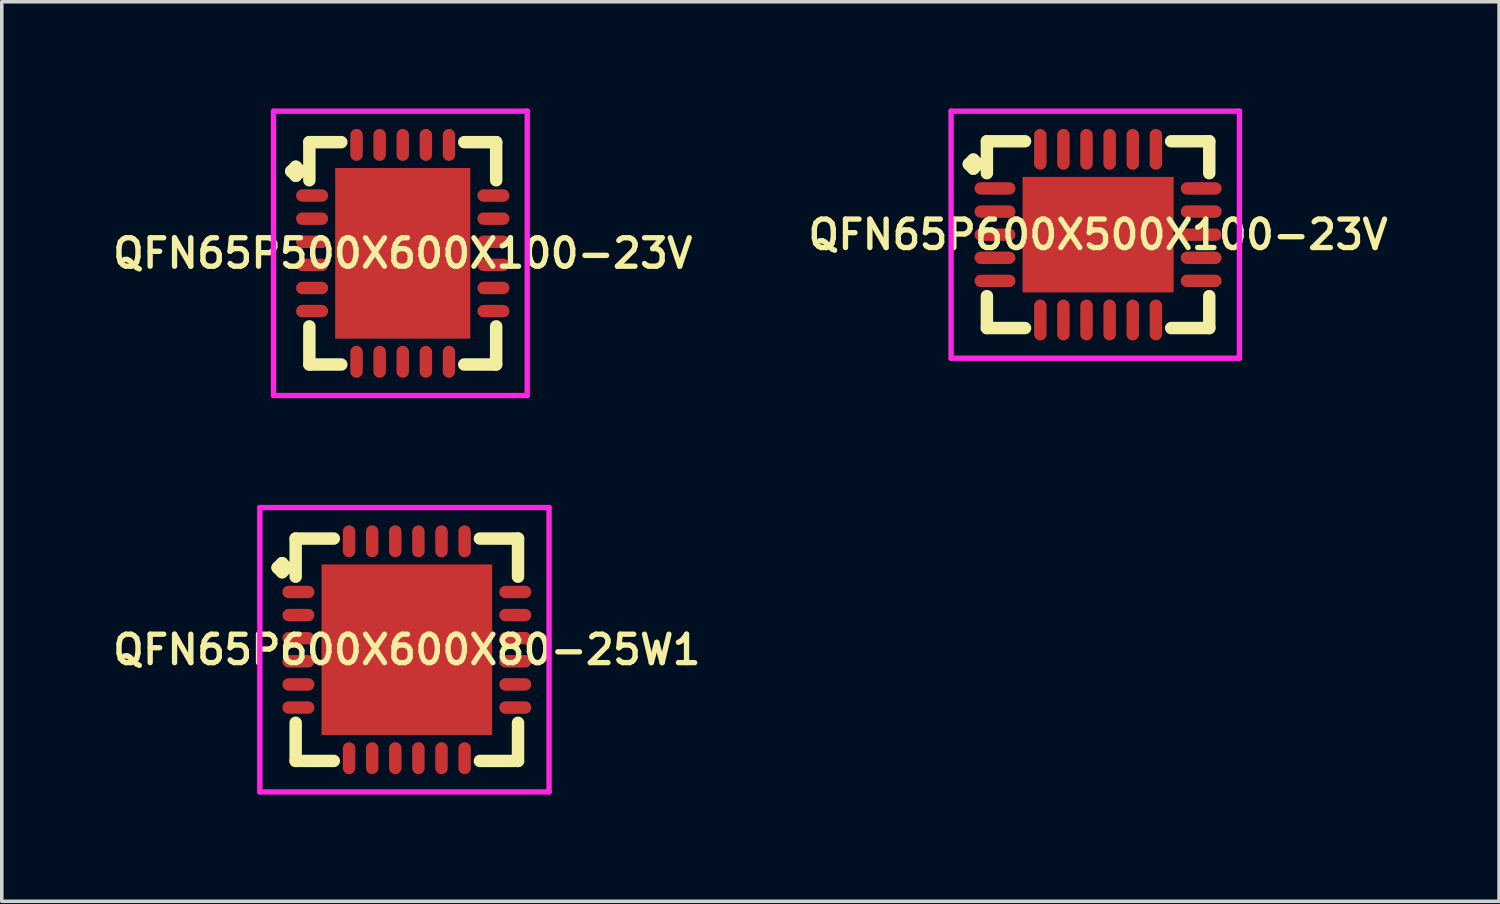
<source format=kicad_pcb>
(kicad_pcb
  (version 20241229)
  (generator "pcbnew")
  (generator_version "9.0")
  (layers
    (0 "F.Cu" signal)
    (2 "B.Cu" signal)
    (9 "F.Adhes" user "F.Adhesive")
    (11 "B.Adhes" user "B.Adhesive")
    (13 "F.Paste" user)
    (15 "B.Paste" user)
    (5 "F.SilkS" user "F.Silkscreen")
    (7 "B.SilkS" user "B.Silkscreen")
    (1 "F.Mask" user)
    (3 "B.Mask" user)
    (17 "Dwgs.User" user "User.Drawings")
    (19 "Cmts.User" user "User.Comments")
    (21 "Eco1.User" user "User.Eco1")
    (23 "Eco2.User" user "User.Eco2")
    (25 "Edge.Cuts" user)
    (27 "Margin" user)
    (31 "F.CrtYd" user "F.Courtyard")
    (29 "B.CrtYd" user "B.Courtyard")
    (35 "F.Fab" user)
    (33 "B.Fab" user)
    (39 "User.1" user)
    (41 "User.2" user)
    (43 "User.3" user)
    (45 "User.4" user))
  (footprint "QFN65P500X600X100-23V"
    (layer "F.Cu")
    (at 8.278 4.075)
    (property "Reference" "QFN65P500X600X100-23V" (at 0 0 0) (layer "F.SilkS") (effects (font (size 0.8 0.8) (thickness 0.15))))
    (attr smd)
    (fp_line (start -3.135 -2.308) (end -3.008 -2.435) (stroke (width 0.35) (type solid)) (layer "F.SilkS"))
    (fp_line (start -3.008 -2.435) (end -2.881 -2.308) (stroke (width 0.35) (type solid)) (layer "F.SilkS"))
    (fp_line (start -3.008 -2.181) (end -3.135 -2.308) (stroke (width 0.35) (type solid)) (layer "F.SilkS"))
    (fp_line (start -2.881 -2.308) (end -3.008 -2.181) (stroke (width 0.35) (type solid)) (layer "F.SilkS"))
    (fp_line (start -2.627 -3.127) (end -1.729 -3.127) (stroke (width 0.35) (type solid)) (layer "F.SilkS"))
    (fp_line (start -2.627 -2.054) (end -2.627 -3.127) (stroke (width 0.35) (type solid)) (layer "F.SilkS"))
    (fp_line (start -2.627 2.054) (end -2.627 3.127) (stroke (width 0.35) (type solid)) (layer "F.SilkS"))
    (fp_line (start -2.627 3.127) (end -1.729 3.127) (stroke (width 0.35) (type solid)) (layer "F.SilkS"))
    (fp_line (start 1.729 -3.127) (end 2.627 -3.127) (stroke (width 0.35) (type solid)) (layer "F.SilkS"))
    (fp_line (start 1.729 3.127) (end 2.627 3.127) (stroke (width 0.35) (type solid)) (layer "F.SilkS"))
    (fp_line (start 2.627 -3.127) (end 2.627 -2.054) (stroke (width 0.35) (type solid)) (layer "F.SilkS"))
    (fp_line (start 2.627 3.127) (end 2.627 2.054) (stroke (width 0.35) (type solid)) (layer "F.SilkS"))
    (fp_line (start -3.635 -4) (end 3.5 -4) (stroke (width 0.15) (type solid)) (layer "F.CrtYd"))
    (fp_line (start -3.635 4) (end -3.635 -4) (stroke (width 0.15) (type solid)) (layer "F.CrtYd"))
    (fp_line (start 3.5 -4) (end 3.5 4) (stroke (width 0.15) (type solid)) (layer "F.CrtYd"))
    (fp_line (start 3.5 4) (end -3.635 4) (stroke (width 0.15) (type solid)) (layer "F.CrtYd"))
    (pad "1" smd oval (at -2.55 -1.625) (size 0.9 0.35) (layers "F.Cu" "F.Mask" "F.Paste"))
    (pad "2" smd oval (at -2.55 -0.975) (size 0.9 0.35) (layers "F.Cu" "F.Mask" "F.Paste"))
    (pad "3" smd oval (at -2.55 -0.325) (size 0.9 0.35) (layers "F.Cu" "F.Mask" "F.Paste"))
    (pad "4" smd oval (at -2.55 0.325) (size 0.9 0.35) (layers "F.Cu" "F.Mask" "F.Paste"))
    (pad "5" smd oval (at -2.55 0.975) (size 0.9 0.35) (layers "F.Cu" "F.Mask" "F.Paste"))
    (pad "6" smd oval (at -2.55 1.625) (size 0.9 0.35) (layers "F.Cu" "F.Mask" "F.Paste"))
    (pad "7" smd oval (at -1.3 3.05) (size 0.35 0.9) (layers "F.Cu" "F.Mask" "F.Paste"))
    (pad "8" smd oval (at -0.65 3.05) (size 0.35 0.9) (layers "F.Cu" "F.Mask" "F.Paste"))
    (pad "9" smd oval (at 0 3.05) (size 0.35 0.9) (layers "F.Cu" "F.Mask" "F.Paste"))
    (pad "10" smd oval (at 0.65 3.05) (size 0.35 0.9) (layers "F.Cu" "F.Mask" "F.Paste"))
    (pad "11" smd oval (at 1.3 3.05) (size 0.35 0.9) (layers "F.Cu" "F.Mask" "F.Paste"))
    (pad "12" smd oval (at 2.55 1.625) (size 0.9 0.35) (layers "F.Cu" "F.Mask" "F.Paste"))
    (pad "13" smd oval (at 2.55 0.975) (size 0.9 0.35) (layers "F.Cu" "F.Mask" "F.Paste"))
    (pad "14" smd oval (at 2.55 0.325) (size 0.9 0.35) (layers "F.Cu" "F.Mask" "F.Paste"))
    (pad "15" smd oval (at 2.55 -0.325) (size 0.9 0.35) (layers "F.Cu" "F.Mask" "F.Paste"))
    (pad "16" smd oval (at 2.55 -0.975) (size 0.9 0.35) (layers "F.Cu" "F.Mask" "F.Paste"))
    (pad "17" smd oval (at 2.55 -1.625) (size 0.9 0.35) (layers "F.Cu" "F.Mask" "F.Paste"))
    (pad "18" smd oval (at 1.3 -3.05) (size 0.35 0.9) (layers "F.Cu" "F.Mask" "F.Paste"))
    (pad "19" smd oval (at 0.65 -3.05) (size 0.35 0.9) (layers "F.Cu" "F.Mask" "F.Paste"))
    (pad "20" smd oval (at 0 -3.05) (size 0.35 0.9) (layers "F.Cu" "F.Mask" "F.Paste"))
    (pad "21" smd oval (at -0.65 -3.05) (size 0.35 0.9) (layers "F.Cu" "F.Mask" "F.Paste"))
    (pad "22" smd oval (at -1.3 -3.05) (size 0.35 0.9) (layers "F.Cu" "F.Mask" "F.Paste"))
    (pad "23" smd rect (at 0 0) (size 3.8 4.8) (layers "F.Cu" "F.Mask" "F.Paste")))
  (footprint "QFN65P600X500X100-23V"
    (layer "F.Cu")
    (at 27.835 3.55)
    (property "Reference" "QFN65P600X500X100-23V" (at 0 0 0) (layer "F.SilkS") (effects (font (size 0.8 0.8) (thickness 0.15))))
    (attr smd)
    (fp_line (start -3.635 -1.983) (end -3.508 -2.11) (stroke (width 0.35) (type solid)) (layer "F.SilkS"))
    (fp_line (start -3.508 -2.11) (end -3.381 -1.983) (stroke (width 0.35) (type solid)) (layer "F.SilkS"))
    (fp_line (start -3.508 -1.856) (end -3.635 -1.983) (stroke (width 0.35) (type solid)) (layer "F.SilkS"))
    (fp_line (start -3.381 -1.983) (end -3.508 -1.856) (stroke (width 0.35) (type solid)) (layer "F.SilkS"))
    (fp_line (start -3.127 -2.627) (end -2.054 -2.627) (stroke (width 0.35) (type solid)) (layer "F.SilkS"))
    (fp_line (start -3.127 -1.729) (end -3.127 -2.627) (stroke (width 0.35) (type solid)) (layer "F.SilkS"))
    (fp_line (start -3.127 1.729) (end -3.127 2.627) (stroke (width 0.35) (type solid)) (layer "F.SilkS"))
    (fp_line (start -3.127 2.627) (end -2.054 2.627) (stroke (width 0.35) (type solid)) (layer "F.SilkS"))
    (fp_line (start 2.054 -2.627) (end 3.127 -2.627) (stroke (width 0.35) (type solid)) (layer "F.SilkS"))
    (fp_line (start 2.054 2.627) (end 3.127 2.627) (stroke (width 0.35) (type solid)) (layer "F.SilkS"))
    (fp_line (start 3.127 -2.627) (end 3.127 -1.729) (stroke (width 0.35) (type solid)) (layer "F.SilkS"))
    (fp_line (start 3.127 2.627) (end 3.127 1.729) (stroke (width 0.35) (type solid)) (layer "F.SilkS"))
    (fp_line (start -4.135 -3.475) (end 3.975 -3.475) (stroke (width 0.15) (type solid)) (layer "F.CrtYd"))
    (fp_line (start -4.135 3.475) (end -4.135 -3.475) (stroke (width 0.15) (type solid)) (layer "F.CrtYd"))
    (fp_line (start 3.975 -3.475) (end 3.975 3.475) (stroke (width 0.15) (type solid)) (layer "F.CrtYd"))
    (fp_line (start 3.975 3.475) (end -4.135 3.475) (stroke (width 0.15) (type solid)) (layer "F.CrtYd"))
    (pad "1" smd oval (at -2.9 -1.3) (size 1.15 0.35) (layers "F.Cu" "F.Mask" "F.Paste"))
    (pad "2" smd oval (at -2.9 -0.65) (size 1.15 0.35) (layers "F.Cu" "F.Mask" "F.Paste"))
    (pad "3" smd oval (at -2.9 0) (size 1.15 0.35) (layers "F.Cu" "F.Mask" "F.Paste"))
    (pad "4" smd oval (at -2.9 0.65) (size 1.15 0.35) (layers "F.Cu" "F.Mask" "F.Paste"))
    (pad "5" smd oval (at -2.9 1.3) (size 1.15 0.35) (layers "F.Cu" "F.Mask" "F.Paste"))
    (pad "6" smd oval (at -1.625 2.4) (size 0.35 1.15) (layers "F.Cu" "F.Mask" "F.Paste"))
    (pad "7" smd oval (at -0.975 2.4) (size 0.35 1.15) (layers "F.Cu" "F.Mask" "F.Paste"))
    (pad "8" smd oval (at -0.325 2.4) (size 0.35 1.15) (layers "F.Cu" "F.Mask" "F.Paste"))
    (pad "9" smd oval (at 0.325 2.4) (size 0.35 1.15) (layers "F.Cu" "F.Mask" "F.Paste"))
    (pad "10" smd oval (at 0.975 2.4) (size 0.35 1.15) (layers "F.Cu" "F.Mask" "F.Paste"))
    (pad "11" smd oval (at 1.625 2.4) (size 0.35 1.15) (layers "F.Cu" "F.Mask" "F.Paste"))
    (pad "12" smd oval (at 2.9 1.3) (size 1.15 0.35) (layers "F.Cu" "F.Mask" "F.Paste"))
    (pad "13" smd oval (at 2.9 0.65) (size 1.15 0.35) (layers "F.Cu" "F.Mask" "F.Paste"))
    (pad "14" smd oval (at 2.9 0) (size 1.15 0.35) (layers "F.Cu" "F.Mask" "F.Paste"))
    (pad "15" smd oval (at 2.9 -0.65) (size 1.15 0.35) (layers "F.Cu" "F.Mask" "F.Paste"))
    (pad "16" smd oval (at 2.9 -1.3) (size 1.15 0.35) (layers "F.Cu" "F.Mask" "F.Paste"))
    (pad "17" smd oval (at 1.625 -2.4) (size 0.35 1.15) (layers "F.Cu" "F.Mask" "F.Paste"))
    (pad "18" smd oval (at 0.975 -2.4) (size 0.35 1.15) (layers "F.Cu" "F.Mask" "F.Paste"))
    (pad "19" smd oval (at 0.325 -2.4) (size 0.35 1.15) (layers "F.Cu" "F.Mask" "F.Paste"))
    (pad "20" smd oval (at -0.325 -2.4) (size 0.35 1.15) (layers "F.Cu" "F.Mask" "F.Paste"))
    (pad "21" smd oval (at -0.975 -2.4) (size 0.35 1.15) (layers "F.Cu" "F.Mask" "F.Paste"))
    (pad "22" smd oval (at -1.625 -2.4) (size 0.35 1.15) (layers "F.Cu" "F.Mask" "F.Paste"))
    (pad "23" smd rect (at 0 0) (size 4.25 3.25) (layers "F.Cu" "F.Mask" "F.Paste")))
  (footprint "QFN65P600X600X80-25W1"
    (layer "F.Cu")
    (at 8.393 15.225)
    (property "Reference" "QFN65P600X600X80-25W1" (at 0 0 0) (layer "F.SilkS") (effects (font (size 0.8 0.8) (thickness 0.15))))
    (attr smd)
    (fp_line (start -3.635 -2.308) (end -3.508 -2.435) (stroke (width 0.35) (type solid)) (layer "F.SilkS"))
    (fp_line (start -3.508 -2.435) (end -3.381 -2.308) (stroke (width 0.35) (type solid)) (layer "F.SilkS"))
    (fp_line (start -3.508 -2.181) (end -3.635 -2.308) (stroke (width 0.35) (type solid)) (layer "F.SilkS"))
    (fp_line (start -3.381 -2.308) (end -3.508 -2.181) (stroke (width 0.35) (type solid)) (layer "F.SilkS"))
    (fp_line (start -3.127 -3.127) (end -2.054 -3.127) (stroke (width 0.35) (type solid)) (layer "F.SilkS"))
    (fp_line (start -3.127 -2.054) (end -3.127 -3.127) (stroke (width 0.35) (type solid)) (layer "F.SilkS"))
    (fp_line (start -3.127 2.054) (end -3.127 3.127) (stroke (width 0.35) (type solid)) (layer "F.SilkS"))
    (fp_line (start -3.127 3.127) (end -2.054 3.127) (stroke (width 0.35) (type solid)) (layer "F.SilkS"))
    (fp_line (start 2.054 -3.127) (end 3.127 -3.127) (stroke (width 0.35) (type solid)) (layer "F.SilkS"))
    (fp_line (start 2.054 3.127) (end 3.127 3.127) (stroke (width 0.35) (type solid)) (layer "F.SilkS"))
    (fp_line (start 3.127 -3.127) (end 3.127 -2.054) (stroke (width 0.35) (type solid)) (layer "F.SilkS"))
    (fp_line (start 3.127 3.127) (end 3.127 2.054) (stroke (width 0.35) (type solid)) (layer "F.SilkS"))
    (fp_line (start -4.135 -4) (end 4 -4) (stroke (width 0.15) (type solid)) (layer "F.CrtYd"))
    (fp_line (start -4.135 4) (end -4.135 -4) (stroke (width 0.15) (type solid)) (layer "F.CrtYd"))
    (fp_line (start 4 -4) (end 4 4) (stroke (width 0.15) (type solid)) (layer "F.CrtYd"))
    (fp_line (start 4 4) (end -4.135 4) (stroke (width 0.15) (type solid)) (layer "F.CrtYd"))
    (pad "1" smd oval (at -3.05 -1.625) (size 0.9 0.35) (layers "F.Cu" "F.Mask" "F.Paste"))
    (pad "2" smd oval (at -3.05 -0.975) (size 0.9 0.35) (layers "F.Cu" "F.Mask" "F.Paste"))
    (pad "3" smd oval (at -3.05 -0.325) (size 0.9 0.35) (layers "F.Cu" "F.Mask" "F.Paste"))
    (pad "4" smd oval (at -3.05 0.325) (size 0.9 0.35) (layers "F.Cu" "F.Mask" "F.Paste"))
    (pad "5" smd oval (at -3.05 0.975) (size 0.9 0.35) (layers "F.Cu" "F.Mask" "F.Paste"))
    (pad "6" smd oval (at -3.05 1.625) (size 0.9 0.35) (layers "F.Cu" "F.Mask" "F.Paste"))
    (pad "7" smd oval (at -1.625 3.05) (size 0.35 0.9) (layers "F.Cu" "F.Mask" "F.Paste"))
    (pad "8" smd oval (at -0.975 3.05) (size 0.35 0.9) (layers "F.Cu" "F.Mask" "F.Paste"))
    (pad "9" smd oval (at -0.325 3.05) (size 0.35 0.9) (layers "F.Cu" "F.Mask" "F.Paste"))
    (pad "10" smd oval (at 0.325 3.05) (size 0.35 0.9) (layers "F.Cu" "F.Mask" "F.Paste"))
    (pad "11" smd oval (at 0.975 3.05) (size 0.35 0.9) (layers "F.Cu" "F.Mask" "F.Paste"))
    (pad "12" smd oval (at 1.625 3.05) (size 0.35 0.9) (layers "F.Cu" "F.Mask" "F.Paste"))
    (pad "13" smd oval (at 3.05 1.625) (size 0.9 0.35) (layers "F.Cu" "F.Mask" "F.Paste"))
    (pad "14" smd oval (at 3.05 0.975) (size 0.9 0.35) (layers "F.Cu" "F.Mask" "F.Paste"))
    (pad "15" smd oval (at 3.05 0.325) (size 0.9 0.35) (layers "F.Cu" "F.Mask" "F.Paste"))
    (pad "16" smd oval (at 3.05 -0.325) (size 0.9 0.35) (layers "F.Cu" "F.Mask" "F.Paste"))
    (pad "17" smd oval (at 3.05 -0.975) (size 0.9 0.35) (layers "F.Cu" "F.Mask" "F.Paste"))
    (pad "18" smd oval (at 3.05 -1.625) (size 0.9 0.35) (layers "F.Cu" "F.Mask" "F.Paste"))
    (pad "19" smd oval (at 1.625 -3.05) (size 0.35 0.9) (layers "F.Cu" "F.Mask" "F.Paste"))
    (pad "20" smd oval (at 0.975 -3.05) (size 0.35 0.9) (layers "F.Cu" "F.Mask" "F.Paste"))
    (pad "21" smd oval (at 0.325 -3.05) (size 0.35 0.9) (layers "F.Cu" "F.Mask" "F.Paste"))
    (pad "22" smd oval (at -0.325 -3.05) (size 0.35 0.9) (layers "F.Cu" "F.Mask" "F.Paste"))
    (pad "23" smd oval (at -0.975 -3.05) (size 0.35 0.9) (layers "F.Cu" "F.Mask" "F.Paste"))
    (pad "24" smd oval (at -1.625 -3.05) (size 0.35 0.9) (layers "F.Cu" "F.Mask" "F.Paste"))
    (pad "25" smd rect (at 0 0) (size 4.8 4.8) (layers "F.Cu" "F.Mask" "F.Paste")))
  (gr_rect
    (start -3 -3)
    (end 39.113 22.3)
    (stroke (width 0.1) (type default))
    (fill no)
    (layer "Edge.Cuts")))
</source>
